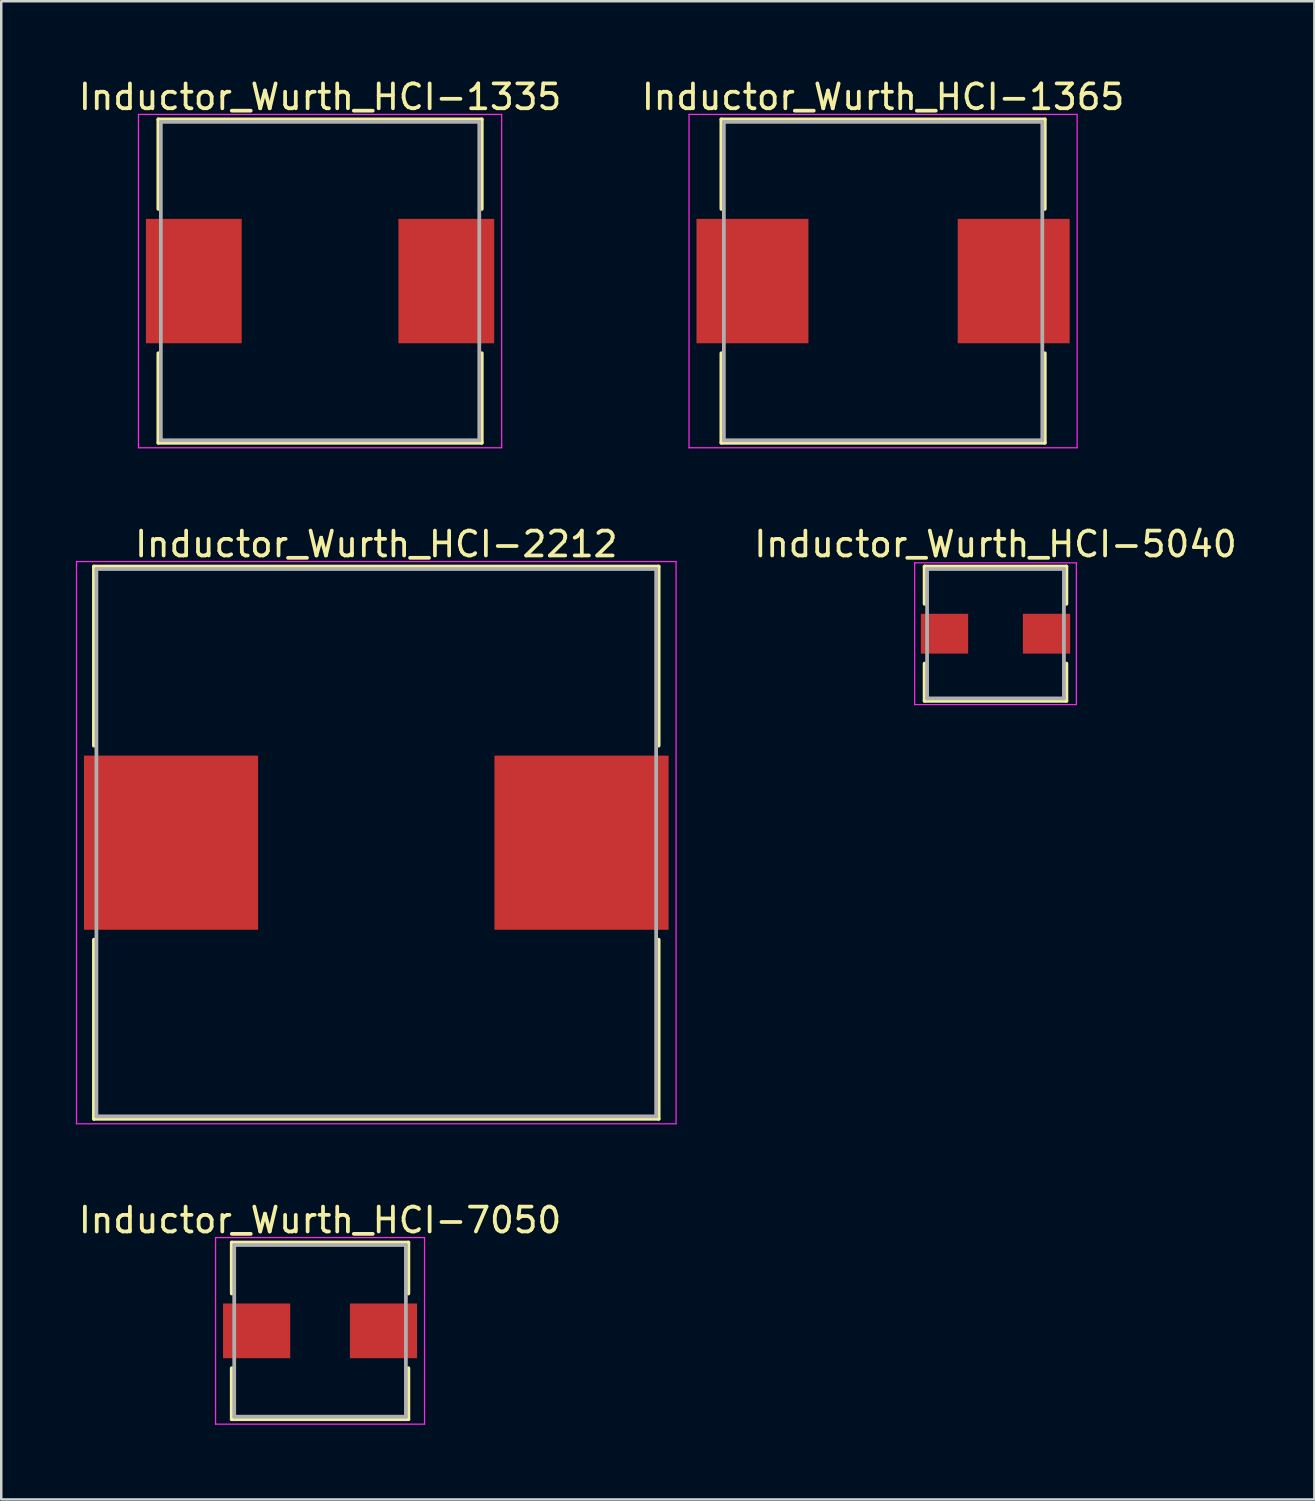
<source format=kicad_pcb>
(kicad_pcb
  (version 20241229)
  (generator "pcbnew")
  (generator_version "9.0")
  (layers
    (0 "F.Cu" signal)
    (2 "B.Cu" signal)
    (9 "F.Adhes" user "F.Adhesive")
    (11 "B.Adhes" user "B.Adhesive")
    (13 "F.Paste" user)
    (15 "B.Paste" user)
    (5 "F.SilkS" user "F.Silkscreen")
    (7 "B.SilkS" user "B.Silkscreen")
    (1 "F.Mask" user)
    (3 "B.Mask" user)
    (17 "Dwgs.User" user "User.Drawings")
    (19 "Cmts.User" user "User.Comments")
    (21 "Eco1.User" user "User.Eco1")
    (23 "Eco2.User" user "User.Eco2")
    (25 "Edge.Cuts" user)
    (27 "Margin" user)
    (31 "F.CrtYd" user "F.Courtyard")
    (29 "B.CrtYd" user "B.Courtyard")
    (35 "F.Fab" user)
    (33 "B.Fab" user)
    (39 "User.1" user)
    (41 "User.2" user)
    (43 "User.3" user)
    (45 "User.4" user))
  (footprint "Inductor_Wurth_HCI-7050"
    (layer "F.Cu")
    (at 9.815 50.445)
    (property "Reference" "Inductor_Wurth_HCI-7050" (at 0 -4.45 0) (layer "F.SilkS") (effects (font (size 1 1) (thickness 0.15))))
    (attr smd)
    (fp_line (start -3.55 -3.55) (end 3.55 -3.55) (stroke (width 0.15) (type solid)) (layer "F.SilkS"))
    (fp_line (start -3.55 -1.5) (end -3.55 -3.55) (stroke (width 0.15) (type solid)) (layer "F.SilkS"))
    (fp_line (start -3.55 1.5) (end -3.55 3.55) (stroke (width 0.15) (type solid)) (layer "F.SilkS"))
    (fp_line (start -3.55 3.55) (end 3.55 3.55) (stroke (width 0.15) (type solid)) (layer "F.SilkS"))
    (fp_line (start 3.55 -3.55) (end 3.55 -1.5) (stroke (width 0.15) (type solid)) (layer "F.SilkS"))
    (fp_line (start 3.55 3.55) (end 3.55 1.5) (stroke (width 0.15) (type solid)) (layer "F.SilkS"))
    (fp_line (start -4.2 -3.75) (end -4.2 3.75) (stroke (width 0.05) (type solid)) (layer "F.CrtYd"))
    (fp_line (start -4.2 3.75) (end 4.2 3.75) (stroke (width 0.05) (type solid)) (layer "F.CrtYd"))
    (fp_line (start 4.2 -3.75) (end -4.2 -3.75) (stroke (width 0.05) (type solid)) (layer "F.CrtYd"))
    (fp_line (start 4.2 3.75) (end 4.2 -3.75) (stroke (width 0.05) (type solid)) (layer "F.CrtYd"))
    (fp_line (start -3.45 -3.45) (end -3.45 3.45) (stroke (width 0.15) (type solid)) (layer "F.Fab"))
    (fp_line (start -3.45 3.45) (end 3.45 3.45) (stroke (width 0.15) (type solid)) (layer "F.Fab"))
    (fp_line (start 3.45 -3.45) (end -3.45 -3.45) (stroke (width 0.15) (type solid)) (layer "F.Fab"))
    (fp_line (start 3.45 3.45) (end 3.45 -3.45) (stroke (width 0.15) (type solid)) (layer "F.Fab"))
    (pad "1" smd rect (at -2.55 0) (size 2.7 2.2) (layers "F.Cu" "F.Mask" "F.Paste"))
    (pad "2" smd rect (at 2.55 0) (size 2.7 2.2) (layers "F.Cu" "F.Mask" "F.Paste")))
  (footprint "Inductor_Wurth_HCI-2212"
    (layer "F.Cu")
    (at 12.075 30.822)
    (property "Reference" "Inductor_Wurth_HCI-2212" (at 0 -12 0) (layer "F.SilkS") (effects (font (size 1 1) (thickness 0.15))))
    (attr smd)
    (fp_line (start -11.35 -11.1) (end 11.35 -11.1) (stroke (width 0.15) (type solid)) (layer "F.SilkS"))
    (fp_line (start -11.35 -3.9) (end -11.35 -11.1) (stroke (width 0.15) (type solid)) (layer "F.SilkS"))
    (fp_line (start -11.35 3.9) (end -11.35 11.1) (stroke (width 0.15) (type solid)) (layer "F.SilkS"))
    (fp_line (start -11.35 11.1) (end 11.35 11.1) (stroke (width 0.15) (type solid)) (layer "F.SilkS"))
    (fp_line (start 11.35 -11.1) (end 11.35 -3.9) (stroke (width 0.15) (type solid)) (layer "F.SilkS"))
    (fp_line (start 11.35 11.1) (end 11.35 3.9) (stroke (width 0.15) (type solid)) (layer "F.SilkS"))
    (fp_line (start -12.05 -11.3) (end -12.05 11.3) (stroke (width 0.05) (type solid)) (layer "F.CrtYd"))
    (fp_line (start -12.05 11.3) (end 12.05 11.3) (stroke (width 0.05) (type solid)) (layer "F.CrtYd"))
    (fp_line (start 12.05 -11.3) (end -12.05 -11.3) (stroke (width 0.05) (type solid)) (layer "F.CrtYd"))
    (fp_line (start 12.05 11.3) (end 12.05 -11.3) (stroke (width 0.05) (type solid)) (layer "F.CrtYd"))
    (fp_line (start -11.25 -11) (end -11.25 11) (stroke (width 0.15) (type solid)) (layer "F.Fab"))
    (fp_line (start -11.25 11) (end 11.25 11) (stroke (width 0.15) (type solid)) (layer "F.Fab"))
    (fp_line (start 11.25 -11) (end -11.25 -11) (stroke (width 0.15) (type solid)) (layer "F.Fab"))
    (fp_line (start 11.25 11) (end 11.25 -11) (stroke (width 0.15) (type solid)) (layer "F.Fab"))
    (pad "1" smd rect (at -8.25 0) (size 7 7) (layers "F.Cu" "F.Mask" "F.Paste"))
    (pad "2" smd rect (at 8.25 0) (size 7 7) (layers "F.Cu" "F.Mask" "F.Paste")))
  (footprint "Inductor_Wurth_HCI-1335"
    (layer "F.Cu")
    (at 9.815 8.248)
    (property "Reference" "Inductor_Wurth_HCI-1335" (at 0 -7.4 0) (layer "F.SilkS") (effects (font (size 1 1) (thickness 0.15))))
    (attr smd)
    (fp_line (start -6.5 -6.5) (end 6.5 -6.5) (stroke (width 0.15) (type solid)) (layer "F.SilkS"))
    (fp_line (start -6.5 -2.9) (end -6.5 -6.5) (stroke (width 0.15) (type solid)) (layer "F.SilkS"))
    (fp_line (start -6.5 2.9) (end -6.5 6.5) (stroke (width 0.15) (type solid)) (layer "F.SilkS"))
    (fp_line (start -6.5 6.5) (end 6.5 6.5) (stroke (width 0.15) (type solid)) (layer "F.SilkS"))
    (fp_line (start 6.5 -6.5) (end 6.5 -2.9) (stroke (width 0.15) (type solid)) (layer "F.SilkS"))
    (fp_line (start 6.5 6.5) (end 6.5 2.9) (stroke (width 0.15) (type solid)) (layer "F.SilkS"))
    (fp_line (start -7.3 -6.7) (end -7.3 6.7) (stroke (width 0.05) (type solid)) (layer "F.CrtYd"))
    (fp_line (start -7.3 6.7) (end 7.3 6.7) (stroke (width 0.05) (type solid)) (layer "F.CrtYd"))
    (fp_line (start 7.3 -6.7) (end -7.3 -6.7) (stroke (width 0.05) (type solid)) (layer "F.CrtYd"))
    (fp_line (start 7.3 6.7) (end 7.3 -6.7) (stroke (width 0.05) (type solid)) (layer "F.CrtYd"))
    (fp_line (start -6.4 -6.4) (end -6.4 6.4) (stroke (width 0.15) (type solid)) (layer "F.Fab"))
    (fp_line (start -6.4 6.4) (end 6.4 6.4) (stroke (width 0.15) (type solid)) (layer "F.Fab"))
    (fp_line (start 6.4 -6.4) (end -6.4 -6.4) (stroke (width 0.15) (type solid)) (layer "F.Fab"))
    (fp_line (start 6.4 6.4) (end 6.4 -6.4) (stroke (width 0.15) (type solid)) (layer "F.Fab"))
    (pad "1" smd rect (at -5.075 0) (size 3.85 5) (layers "F.Cu" "F.Mask" "F.Paste"))
    (pad "2" smd rect (at 5.075 0) (size 3.85 5) (layers "F.Cu" "F.Mask" "F.Paste")))
  (footprint "Inductor_Wurth_HCI-5040"
    (layer "F.Cu")
    (at 36.965 22.422)
    (property "Reference" "Inductor_Wurth_HCI-5040" (at 0 -3.6 0) (layer "F.SilkS") (effects (font (size 1 1) (thickness 0.15))))
    (attr smd)
    (fp_line (start -2.85 -2.7) (end 2.85 -2.7) (stroke (width 0.15) (type solid)) (layer "F.SilkS"))
    (fp_line (start -2.85 -1.2) (end -2.85 -2.7) (stroke (width 0.15) (type solid)) (layer "F.SilkS"))
    (fp_line (start -2.85 1.2) (end -2.85 2.7) (stroke (width 0.15) (type solid)) (layer "F.SilkS"))
    (fp_line (start -2.85 2.7) (end 2.85 2.7) (stroke (width 0.15) (type solid)) (layer "F.SilkS"))
    (fp_line (start 2.85 -2.7) (end 2.85 -1.2) (stroke (width 0.15) (type solid)) (layer "F.SilkS"))
    (fp_line (start 2.85 2.7) (end 2.85 1.2) (stroke (width 0.15) (type solid)) (layer "F.SilkS"))
    (fp_line (start -3.25 -2.85) (end -3.25 2.85) (stroke (width 0.05) (type solid)) (layer "F.CrtYd"))
    (fp_line (start -3.25 2.85) (end 3.25 2.85) (stroke (width 0.05) (type solid)) (layer "F.CrtYd"))
    (fp_line (start 3.25 -2.85) (end -3.25 -2.85) (stroke (width 0.05) (type solid)) (layer "F.CrtYd"))
    (fp_line (start 3.25 2.85) (end 3.25 -2.85) (stroke (width 0.05) (type solid)) (layer "F.CrtYd"))
    (fp_line (start -2.75 -2.6) (end -2.75 2.6) (stroke (width 0.15) (type solid)) (layer "F.Fab"))
    (fp_line (start -2.75 2.6) (end 2.75 2.6) (stroke (width 0.15) (type solid)) (layer "F.Fab"))
    (fp_line (start 2.75 -2.6) (end -2.75 -2.6) (stroke (width 0.15) (type solid)) (layer "F.Fab"))
    (fp_line (start 2.75 2.6) (end 2.75 -2.6) (stroke (width 0.15) (type solid)) (layer "F.Fab"))
    (pad "1" smd rect (at -2.05 0) (size 1.9 1.6) (layers "F.Cu" "F.Mask" "F.Paste"))
    (pad "2" smd rect (at 2.05 0) (size 1.9 1.6) (layers "F.Cu" "F.Mask" "F.Paste")))
  (footprint "Inductor_Wurth_HCI-1365"
    (layer "F.Cu")
    (at 32.446 8.248)
    (property "Reference" "Inductor_Wurth_HCI-1365" (at 0 -7.4 0) (layer "F.SilkS") (effects (font (size 1 1) (thickness 0.15))))
    (attr smd)
    (fp_line (start -6.5 -6.5) (end 6.5 -6.5) (stroke (width 0.15) (type solid)) (layer "F.SilkS"))
    (fp_line (start -6.5 -2.9) (end -6.5 -6.5) (stroke (width 0.15) (type solid)) (layer "F.SilkS"))
    (fp_line (start -6.5 2.9) (end -6.5 6.5) (stroke (width 0.15) (type solid)) (layer "F.SilkS"))
    (fp_line (start -6.5 6.5) (end 6.5 6.5) (stroke (width 0.15) (type solid)) (layer "F.SilkS"))
    (fp_line (start 6.5 -6.5) (end 6.5 -2.9) (stroke (width 0.15) (type solid)) (layer "F.SilkS"))
    (fp_line (start 6.5 6.5) (end 6.5 2.9) (stroke (width 0.15) (type solid)) (layer "F.SilkS"))
    (fp_line (start -7.8 -6.7) (end -7.8 6.7) (stroke (width 0.05) (type solid)) (layer "F.CrtYd"))
    (fp_line (start -7.8 6.7) (end 7.8 6.7) (stroke (width 0.05) (type solid)) (layer "F.CrtYd"))
    (fp_line (start 7.8 -6.7) (end -7.8 -6.7) (stroke (width 0.05) (type solid)) (layer "F.CrtYd"))
    (fp_line (start 7.8 6.7) (end 7.8 -6.7) (stroke (width 0.05) (type solid)) (layer "F.CrtYd"))
    (fp_line (start -6.4 -6.4) (end -6.4 6.4) (stroke (width 0.15) (type solid)) (layer "F.Fab"))
    (fp_line (start -6.4 6.4) (end 6.4 6.4) (stroke (width 0.15) (type solid)) (layer "F.Fab"))
    (fp_line (start 6.4 -6.4) (end -6.4 -6.4) (stroke (width 0.15) (type solid)) (layer "F.Fab"))
    (fp_line (start 6.4 6.4) (end 6.4 -6.4) (stroke (width 0.15) (type solid)) (layer "F.Fab"))
    (pad "1" smd rect (at -5.25 0) (size 4.5 5) (layers "F.Cu" "F.Mask" "F.Paste"))
    (pad "2" smd rect (at 5.25 0) (size 4.5 5) (layers "F.Cu" "F.Mask" "F.Paste")))
  (gr_rect
    (start -3 -3)
    (end 49.781 57.22)
    (stroke (width 0.1) (type default))
    (fill no)
    (layer "Edge.Cuts")))
</source>
